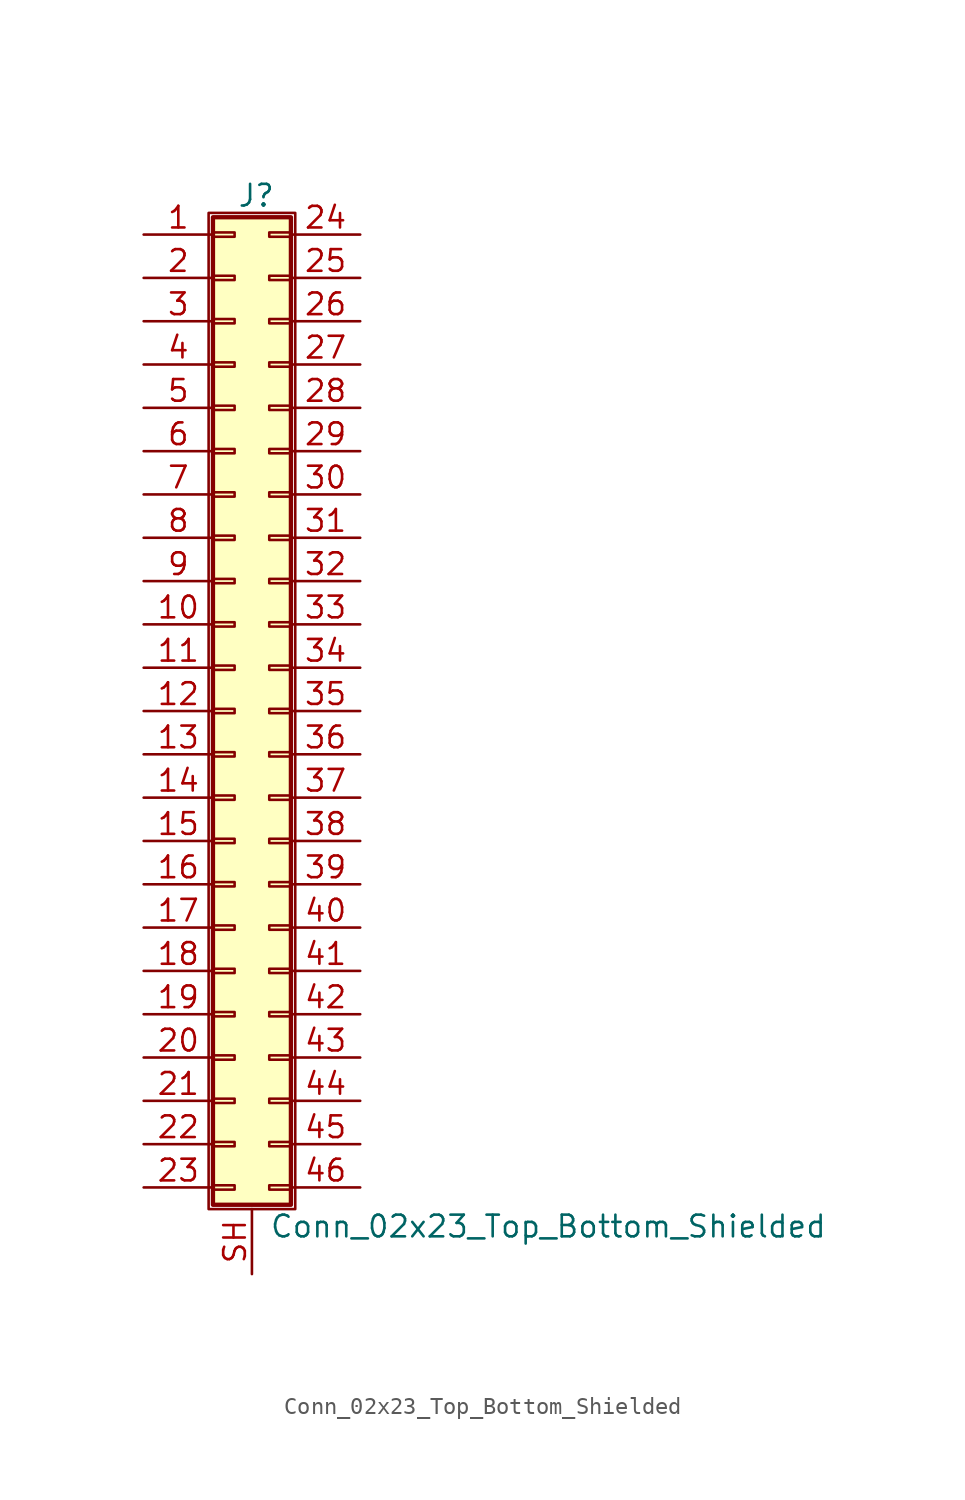
<source format=kicad_sym>
(kicad_symbol_lib
  (version 20201005)
  (generator kicad_symbol_editor)
  (symbol "Conn_02x23_Top_Bottom_Shielded"
    (pin_names
      (offset 1.016) hide)
    (property "Reference" "J"
      (at 1.524 30.226 0)
      (effects (font (size 1.27 1.27))))
    (property "Value" "Conn_02x23_Top_Bottom_Shielded"
      (at 2.286 -30.226 0)
      (effects (font (size 1.27 1.27)) (justify left)))
    (symbol "Conn_02x23_Top_Bottom_Shielded_1_1"
      (rectangle (start -1.27 29.21) (end 3.81 -29.21) (stroke (width 0.152)) (fill (type none)))
      (rectangle (start -1.016 -27.813) (end 0.254 -28.067) (stroke (width 0.152)) (fill (type none)))
      (rectangle (start -1.016 -25.273) (end 0.254 -25.527) (stroke (width 0.152)) (fill (type none)))
      (rectangle (start -1.016 -22.733) (end 0.254 -22.987) (stroke (width 0.152)) (fill (type none)))
      (rectangle (start -1.016 -20.193) (end 0.254 -20.447) (stroke (width 0.152)) (fill (type none)))
      (rectangle (start -1.016 -17.653) (end 0.254 -17.907) (stroke (width 0.152)) (fill (type none)))
      (rectangle (start -1.016 -15.113) (end 0.254 -15.367) (stroke (width 0.152)) (fill (type none)))
      (rectangle (start -1.016 -12.573) (end 0.254 -12.827) (stroke (width 0.152)) (fill (type none)))
      (rectangle (start -1.016 -10.033) (end 0.254 -10.287) (stroke (width 0.152)) (fill (type none)))
      (rectangle (start -1.016 -7.493) (end 0.254 -7.747) (stroke (width 0.152)) (fill (type none)))
      (rectangle (start -1.016 -4.953) (end 0.254 -5.207) (stroke (width 0.152)) (fill (type none)))
      (rectangle (start -1.016 -2.413) (end 0.254 -2.667) (stroke (width 0.152)) (fill (type none)))
      (rectangle (start -1.016 0.127) (end 0.254 -0.127) (stroke (width 0.152)) (fill (type none)))
      (rectangle (start -1.016 2.667) (end 0.254 2.413) (stroke (width 0.152)) (fill (type none)))
      (rectangle (start -1.016 5.207) (end 0.254 4.953) (stroke (width 0.152)) (fill (type none)))
      (rectangle (start -1.016 7.747) (end 0.254 7.493) (stroke (width 0.152)) (fill (type none)))
      (rectangle (start -1.016 10.287) (end 0.254 10.033) (stroke (width 0.152)) (fill (type none)))
      (rectangle (start -1.016 12.827) (end 0.254 12.573) (stroke (width 0.152)) (fill (type none)))
      (rectangle (start -1.016 15.367) (end 0.254 15.113) (stroke (width 0.152)) (fill (type none)))
      (rectangle (start -1.016 17.907) (end 0.254 17.653) (stroke (width 0.152)) (fill (type none)))
      (rectangle (start -1.016 20.447) (end 0.254 20.193) (stroke (width 0.152)) (fill (type none)))
      (rectangle (start -1.016 22.987) (end 0.254 22.733) (stroke (width 0.152)) (fill (type none)))
      (rectangle (start -1.016 25.527) (end 0.254 25.273) (stroke (width 0.152)) (fill (type none)))
      (rectangle (start -1.016 28.067) (end 0.254 27.813) (stroke (width 0.152)) (fill (type none)))
      (rectangle (start 3.556 -27.813) (end 2.286 -28.067) (stroke (width 0.152)) (fill (type none)))
      (rectangle (start 3.556 -25.273) (end 2.286 -25.527) (stroke (width 0.152)) (fill (type none)))
      (rectangle (start 3.556 -22.733) (end 2.286 -22.987) (stroke (width 0.152)) (fill (type none)))
      (rectangle (start 3.556 -20.193) (end 2.286 -20.447) (stroke (width 0.152)) (fill (type none)))
      (rectangle (start 3.556 -17.653) (end 2.286 -17.907) (stroke (width 0.152)) (fill (type none)))
      (rectangle (start 3.556 -15.113) (end 2.286 -15.367) (stroke (width 0.152)) (fill (type none)))
      (rectangle (start 3.556 -12.573) (end 2.286 -12.827) (stroke (width 0.152)) (fill (type none)))
      (rectangle (start 3.556 -10.033) (end 2.286 -10.287) (stroke (width 0.152)) (fill (type none)))
      (rectangle (start 3.556 -7.493) (end 2.286 -7.747) (stroke (width 0.152)) (fill (type none)))
      (rectangle (start 3.556 -4.953) (end 2.286 -5.207) (stroke (width 0.152)) (fill (type none)))
      (rectangle (start 3.556 -2.413) (end 2.286 -2.667) (stroke (width 0.152)) (fill (type none)))
      (rectangle (start 3.556 0.127) (end 2.286 -0.127) (stroke (width 0.152)) (fill (type none)))
      (rectangle (start 3.556 2.667) (end 2.286 2.413) (stroke (width 0.152)) (fill (type none)))
      (rectangle (start 3.556 5.207) (end 2.286 4.953) (stroke (width 0.152)) (fill (type none)))
      (rectangle (start 3.556 7.747) (end 2.286 7.493) (stroke (width 0.152)) (fill (type none)))
      (rectangle (start 3.556 10.287) (end 2.286 10.033) (stroke (width 0.152)) (fill (type none)))
      (rectangle (start 3.556 12.827) (end 2.286 12.573) (stroke (width 0.152)) (fill (type none)))
      (rectangle (start 3.556 15.367) (end 2.286 15.113) (stroke (width 0.152)) (fill (type none)))
      (rectangle (start 3.556 17.907) (end 2.286 17.653) (stroke (width 0.152)) (fill (type none)))
      (rectangle (start 3.556 20.447) (end 2.286 20.193) (stroke (width 0.152)) (fill (type none)))
      (rectangle (start 3.556 22.987) (end 2.286 22.733) (stroke (width 0.152)) (fill (type none)))
      (rectangle (start 3.556 25.527) (end 2.286 25.273) (stroke (width 0.152)) (fill (type none)))
      (rectangle (start 3.556 28.067) (end 2.286 27.813) (stroke (width 0.152)) (fill (type none)))
      (rectangle (start -1.016 28.956) (end 3.556 -28.956) (stroke (width 0.254)) (fill (type background)))
      (pin passive line (at -5.08 27.94 0) (length 4.064) (name "Pin_1" (effects (font (size 1.27 1.27)))) (number "1" (effects (font (size 1.27 1.27)))))
      (pin passive line (at -5.08 5.08 0) (length 4.064) (name "Pin_10" (effects (font (size 1.27 1.27)))) (number "10" (effects (font (size 1.27 1.27)))))
      (pin passive line (at -5.08 2.54 0) (length 4.064) (name "Pin_11" (effects (font (size 1.27 1.27)))) (number "11" (effects (font (size 1.27 1.27)))))
      (pin passive line (at -5.08 0 0) (length 4.064) (name "Pin_12" (effects (font (size 1.27 1.27)))) (number "12" (effects (font (size 1.27 1.27)))))
      (pin passive line (at -5.08 -2.54 0) (length 4.064) (name "Pin_13" (effects (font (size 1.27 1.27)))) (number "13" (effects (font (size 1.27 1.27)))))
      (pin passive line (at -5.08 -5.08 0) (length 4.064) (name "Pin_14" (effects (font (size 1.27 1.27)))) (number "14" (effects (font (size 1.27 1.27)))))
      (pin passive line (at -5.08 -7.62 0) (length 4.064) (name "Pin_15" (effects (font (size 1.27 1.27)))) (number "15" (effects (font (size 1.27 1.27)))))
      (pin passive line (at -5.08 -10.16 0) (length 4.064) (name "Pin_16" (effects (font (size 1.27 1.27)))) (number "16" (effects (font (size 1.27 1.27)))))
      (pin passive line (at -5.08 -12.7 0) (length 4.064) (name "Pin_17" (effects (font (size 1.27 1.27)))) (number "17" (effects (font (size 1.27 1.27)))))
      (pin passive line (at -5.08 -15.24 0) (length 4.064) (name "Pin_18" (effects (font (size 1.27 1.27)))) (number "18" (effects (font (size 1.27 1.27)))))
      (pin passive line (at -5.08 -17.78 0) (length 4.064) (name "Pin_19" (effects (font (size 1.27 1.27)))) (number "19" (effects (font (size 1.27 1.27)))))
      (pin passive line (at -5.08 25.4 0) (length 4.064) (name "Pin_2" (effects (font (size 1.27 1.27)))) (number "2" (effects (font (size 1.27 1.27)))))
      (pin passive line (at -5.08 -20.32 0) (length 4.064) (name "Pin_20" (effects (font (size 1.27 1.27)))) (number "20" (effects (font (size 1.27 1.27)))))
      (pin passive line (at -5.08 -22.86 0) (length 4.064) (name "Pin_21" (effects (font (size 1.27 1.27)))) (number "21" (effects (font (size 1.27 1.27)))))
      (pin passive line (at -5.08 -25.4 0) (length 4.064) (name "Pin_22" (effects (font (size 1.27 1.27)))) (number "22" (effects (font (size 1.27 1.27)))))
      (pin passive line (at -5.08 -27.94 0) (length 4.064) (name "Pin_23" (effects (font (size 1.27 1.27)))) (number "23" (effects (font (size 1.27 1.27)))))
      (pin passive line (at 7.62 27.94 180) (length 4.064) (name "Pin_24" (effects (font (size 1.27 1.27)))) (number "24" (effects (font (size 1.27 1.27)))))
      (pin passive line (at 7.62 25.4 180) (length 4.064) (name "Pin_25" (effects (font (size 1.27 1.27)))) (number "25" (effects (font (size 1.27 1.27)))))
      (pin passive line (at 7.62 22.86 180) (length 4.064) (name "Pin_26" (effects (font (size 1.27 1.27)))) (number "26" (effects (font (size 1.27 1.27)))))
      (pin passive line (at 7.62 20.32 180) (length 4.064) (name "Pin_27" (effects (font (size 1.27 1.27)))) (number "27" (effects (font (size 1.27 1.27)))))
      (pin passive line (at 7.62 17.78 180) (length 4.064) (name "Pin_28" (effects (font (size 1.27 1.27)))) (number "28" (effects (font (size 1.27 1.27)))))
      (pin passive line (at 7.62 15.24 180) (length 4.064) (name "Pin_29" (effects (font (size 1.27 1.27)))) (number "29" (effects (font (size 1.27 1.27)))))
      (pin passive line (at -5.08 22.86 0) (length 4.064) (name "Pin_3" (effects (font (size 1.27 1.27)))) (number "3" (effects (font (size 1.27 1.27)))))
      (pin passive line (at 7.62 12.7 180) (length 4.064) (name "Pin_30" (effects (font (size 1.27 1.27)))) (number "30" (effects (font (size 1.27 1.27)))))
      (pin passive line (at 7.62 10.16 180) (length 4.064) (name "Pin_31" (effects (font (size 1.27 1.27)))) (number "31" (effects (font (size 1.27 1.27)))))
      (pin passive line (at 7.62 7.62 180) (length 4.064) (name "Pin_32" (effects (font (size 1.27 1.27)))) (number "32" (effects (font (size 1.27 1.27)))))
      (pin passive line (at 7.62 5.08 180) (length 4.064) (name "Pin_33" (effects (font (size 1.27 1.27)))) (number "33" (effects (font (size 1.27 1.27)))))
      (pin passive line (at 7.62 2.54 180) (length 4.064) (name "Pin_34" (effects (font (size 1.27 1.27)))) (number "34" (effects (font (size 1.27 1.27)))))
      (pin passive line (at 7.62 0 180) (length 4.064) (name "Pin_35" (effects (font (size 1.27 1.27)))) (number "35" (effects (font (size 1.27 1.27)))))
      (pin passive line (at 7.62 -2.54 180) (length 4.064) (name "Pin_36" (effects (font (size 1.27 1.27)))) (number "36" (effects (font (size 1.27 1.27)))))
      (pin passive line (at 7.62 -5.08 180) (length 4.064) (name "Pin_37" (effects (font (size 1.27 1.27)))) (number "37" (effects (font (size 1.27 1.27)))))
      (pin passive line (at 7.62 -7.62 180) (length 4.064) (name "Pin_38" (effects (font (size 1.27 1.27)))) (number "38" (effects (font (size 1.27 1.27)))))
      (pin passive line (at 7.62 -10.16 180) (length 4.064) (name "Pin_39" (effects (font (size 1.27 1.27)))) (number "39" (effects (font (size 1.27 1.27)))))
      (pin passive line (at -5.08 20.32 0) (length 4.064) (name "Pin_4" (effects (font (size 1.27 1.27)))) (number "4" (effects (font (size 1.27 1.27)))))
      (pin passive line (at 7.62 -12.7 180) (length 4.064) (name "Pin_40" (effects (font (size 1.27 1.27)))) (number "40" (effects (font (size 1.27 1.27)))))
      (pin passive line (at 7.62 -15.24 180) (length 4.064) (name "Pin_41" (effects (font (size 1.27 1.27)))) (number "41" (effects (font (size 1.27 1.27)))))
      (pin passive line (at 7.62 -17.78 180) (length 4.064) (name "Pin_42" (effects (font (size 1.27 1.27)))) (number "42" (effects (font (size 1.27 1.27)))))
      (pin passive line (at 7.62 -20.32 180) (length 4.064) (name "Pin_43" (effects (font (size 1.27 1.27)))) (number "43" (effects (font (size 1.27 1.27)))))
      (pin passive line (at 7.62 -22.86 180) (length 4.064) (name "Pin_44" (effects (font (size 1.27 1.27)))) (number "44" (effects (font (size 1.27 1.27)))))
      (pin passive line (at 7.62 -25.4 180) (length 4.064) (name "Pin_45" (effects (font (size 1.27 1.27)))) (number "45" (effects (font (size 1.27 1.27)))))
      (pin passive line (at 7.62 -27.94 180) (length 4.064) (name "Pin_46" (effects (font (size 1.27 1.27)))) (number "46" (effects (font (size 1.27 1.27)))))
      (pin passive line (at -5.08 17.78 0) (length 4.064) (name "Pin_5" (effects (font (size 1.27 1.27)))) (number "5" (effects (font (size 1.27 1.27)))))
      (pin passive line (at -5.08 15.24 0) (length 4.064) (name "Pin_6" (effects (font (size 1.27 1.27)))) (number "6" (effects (font (size 1.27 1.27)))))
      (pin passive line (at -5.08 12.7 0) (length 4.064) (name "Pin_7" (effects (font (size 1.27 1.27)))) (number "7" (effects (font (size 1.27 1.27)))))
      (pin passive line (at -5.08 10.16 0) (length 4.064) (name "Pin_8" (effects (font (size 1.27 1.27)))) (number "8" (effects (font (size 1.27 1.27)))))
      (pin passive line (at -5.08 7.62 0) (length 4.064) (name "Pin_9" (effects (font (size 1.27 1.27)))) (number "9" (effects (font (size 1.27 1.27)))))
      (pin passive line (at 1.27 -33.02 90) (length 3.81) (name "Shield" (effects (font (size 1.27 1.27)))) (number "SH" (effects (font (size 1.27 1.27))))))))
</source>
